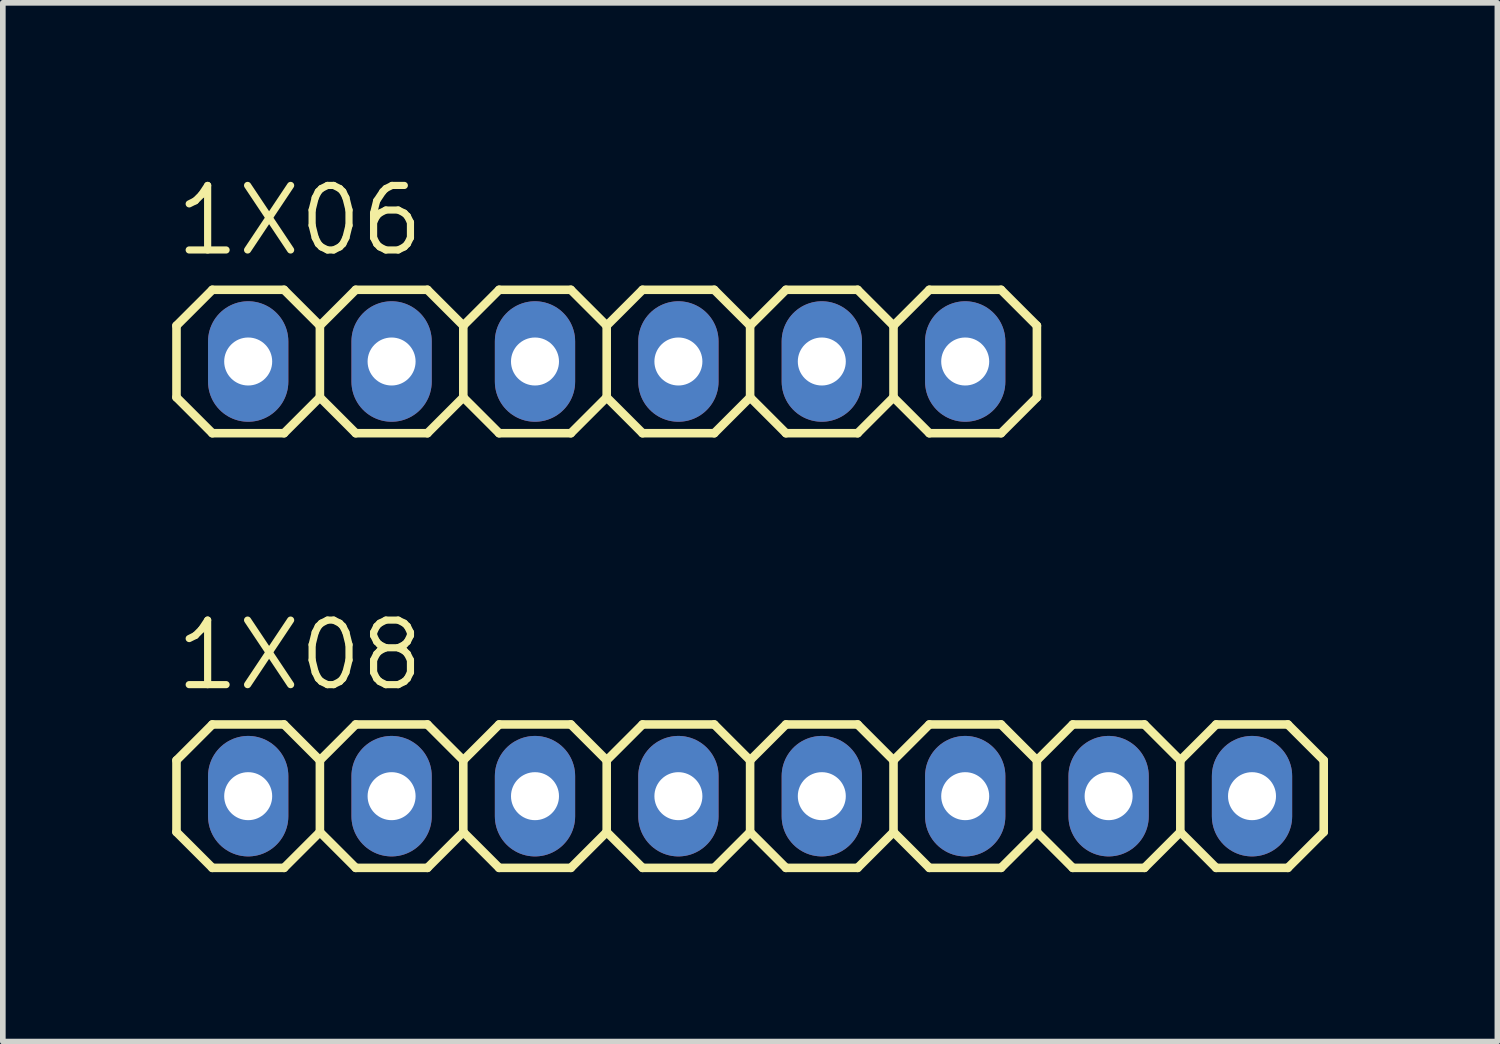
<source format=kicad_pcb>
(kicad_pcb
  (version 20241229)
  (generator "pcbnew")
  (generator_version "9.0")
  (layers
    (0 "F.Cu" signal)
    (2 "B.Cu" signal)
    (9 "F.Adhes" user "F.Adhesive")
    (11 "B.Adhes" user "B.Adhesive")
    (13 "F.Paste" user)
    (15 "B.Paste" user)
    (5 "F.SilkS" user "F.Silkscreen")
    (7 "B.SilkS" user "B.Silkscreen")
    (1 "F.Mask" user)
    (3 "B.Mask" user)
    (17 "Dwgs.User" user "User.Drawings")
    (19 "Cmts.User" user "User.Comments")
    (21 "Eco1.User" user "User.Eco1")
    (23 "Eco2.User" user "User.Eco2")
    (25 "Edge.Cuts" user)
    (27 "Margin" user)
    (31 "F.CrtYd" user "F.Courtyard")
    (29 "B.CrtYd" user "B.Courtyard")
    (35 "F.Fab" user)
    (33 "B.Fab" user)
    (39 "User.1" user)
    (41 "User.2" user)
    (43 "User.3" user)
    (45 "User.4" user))
  (footprint "1X08"
    (layer "F.Cu")
    (at 10.236 11.052)
    (property "Reference" "1X08" (at -10.236 -1.829 0) (layer "F.SilkS") (effects (font (size 1.143 1.143) (thickness 0.127)) (justify left bottom)))
    (fp_line (start -10.16 -0.635) (end -10.16 0.635) (stroke (width 0.152) (type solid)) (layer "F.SilkS"))
    (fp_line (start -10.16 0.635) (end -9.525 1.27) (stroke (width 0.152) (type solid)) (layer "F.SilkS"))
    (fp_line (start -9.525 -1.27) (end -10.16 -0.635) (stroke (width 0.152) (type solid)) (layer "F.SilkS"))
    (fp_line (start -9.525 -1.27) (end -8.255 -1.27) (stroke (width 0.152) (type solid)) (layer "F.SilkS"))
    (fp_line (start -8.255 -1.27) (end -7.62 -0.635) (stroke (width 0.152) (type solid)) (layer "F.SilkS"))
    (fp_line (start -8.255 1.27) (end -9.525 1.27) (stroke (width 0.152) (type solid)) (layer "F.SilkS"))
    (fp_line (start -7.62 -0.635) (end -7.62 0.635) (stroke (width 0.152) (type solid)) (layer "F.SilkS"))
    (fp_line (start -7.62 -0.635) (end -6.985 -1.27) (stroke (width 0.152) (type solid)) (layer "F.SilkS"))
    (fp_line (start -7.62 0.635) (end -8.255 1.27) (stroke (width 0.152) (type solid)) (layer "F.SilkS"))
    (fp_line (start -6.985 -1.27) (end -5.715 -1.27) (stroke (width 0.152) (type solid)) (layer "F.SilkS"))
    (fp_line (start -6.985 1.27) (end -7.62 0.635) (stroke (width 0.152) (type solid)) (layer "F.SilkS"))
    (fp_line (start -5.715 -1.27) (end -5.08 -0.635) (stroke (width 0.152) (type solid)) (layer "F.SilkS"))
    (fp_line (start -5.715 1.27) (end -6.985 1.27) (stroke (width 0.152) (type solid)) (layer "F.SilkS"))
    (fp_line (start -5.08 -0.635) (end -5.08 0.635) (stroke (width 0.152) (type solid)) (layer "F.SilkS"))
    (fp_line (start -5.08 -0.635) (end -4.445 -1.27) (stroke (width 0.152) (type solid)) (layer "F.SilkS"))
    (fp_line (start -5.08 0.635) (end -5.715 1.27) (stroke (width 0.152) (type solid)) (layer "F.SilkS"))
    (fp_line (start -4.445 -1.27) (end -3.175 -1.27) (stroke (width 0.152) (type solid)) (layer "F.SilkS"))
    (fp_line (start -4.445 1.27) (end -5.08 0.635) (stroke (width 0.152) (type solid)) (layer "F.SilkS"))
    (fp_line (start -3.175 -1.27) (end -2.54 -0.635) (stroke (width 0.152) (type solid)) (layer "F.SilkS"))
    (fp_line (start -3.175 1.27) (end -4.445 1.27) (stroke (width 0.152) (type solid)) (layer "F.SilkS"))
    (fp_line (start -2.54 -0.635) (end -2.54 0.635) (stroke (width 0.152) (type solid)) (layer "F.SilkS"))
    (fp_line (start -2.54 0.635) (end -3.175 1.27) (stroke (width 0.152) (type solid)) (layer "F.SilkS"))
    (fp_line (start -2.54 0.635) (end -1.905 1.27) (stroke (width 0.152) (type solid)) (layer "F.SilkS"))
    (fp_line (start -1.905 -1.27) (end -2.54 -0.635) (stroke (width 0.152) (type solid)) (layer "F.SilkS"))
    (fp_line (start -1.905 -1.27) (end -0.635 -1.27) (stroke (width 0.152) (type solid)) (layer "F.SilkS"))
    (fp_line (start -0.635 -1.27) (end 0 -0.635) (stroke (width 0.152) (type solid)) (layer "F.SilkS"))
    (fp_line (start -0.635 1.27) (end -1.905 1.27) (stroke (width 0.152) (type solid)) (layer "F.SilkS"))
    (fp_line (start 0 -0.635) (end 0 0.635) (stroke (width 0.152) (type solid)) (layer "F.SilkS"))
    (fp_line (start 0 -0.635) (end 0.635 -1.27) (stroke (width 0.152) (type solid)) (layer "F.SilkS"))
    (fp_line (start 0 0.635) (end -0.635 1.27) (stroke (width 0.152) (type solid)) (layer "F.SilkS"))
    (fp_line (start 0.635 -1.27) (end 1.905 -1.27) (stroke (width 0.152) (type solid)) (layer "F.SilkS"))
    (fp_line (start 0.635 1.27) (end 0 0.635) (stroke (width 0.152) (type solid)) (layer "F.SilkS"))
    (fp_line (start 1.905 -1.27) (end 2.54 -0.635) (stroke (width 0.152) (type solid)) (layer "F.SilkS"))
    (fp_line (start 1.905 1.27) (end 0.635 1.27) (stroke (width 0.152) (type solid)) (layer "F.SilkS"))
    (fp_line (start 2.54 -0.635) (end 2.54 0.635) (stroke (width 0.152) (type solid)) (layer "F.SilkS"))
    (fp_line (start 2.54 -0.635) (end 3.175 -1.27) (stroke (width 0.152) (type solid)) (layer "F.SilkS"))
    (fp_line (start 2.54 0.635) (end 1.905 1.27) (stroke (width 0.152) (type solid)) (layer "F.SilkS"))
    (fp_line (start 3.175 -1.27) (end 4.445 -1.27) (stroke (width 0.152) (type solid)) (layer "F.SilkS"))
    (fp_line (start 3.175 1.27) (end 2.54 0.635) (stroke (width 0.152) (type solid)) (layer "F.SilkS"))
    (fp_line (start 4.445 -1.27) (end 5.08 -0.635) (stroke (width 0.152) (type solid)) (layer "F.SilkS"))
    (fp_line (start 4.445 1.27) (end 3.175 1.27) (stroke (width 0.152) (type solid)) (layer "F.SilkS"))
    (fp_line (start 5.08 -0.635) (end 5.08 0.635) (stroke (width 0.152) (type solid)) (layer "F.SilkS"))
    (fp_line (start 5.08 0.635) (end 4.445 1.27) (stroke (width 0.152) (type solid)) (layer "F.SilkS"))
    (fp_line (start 5.08 0.635) (end 5.715 1.27) (stroke (width 0.152) (type solid)) (layer "F.SilkS"))
    (fp_line (start 5.715 -1.27) (end 5.08 -0.635) (stroke (width 0.152) (type solid)) (layer "F.SilkS"))
    (fp_line (start 5.715 -1.27) (end 6.985 -1.27) (stroke (width 0.152) (type solid)) (layer "F.SilkS"))
    (fp_line (start 6.985 -1.27) (end 7.62 -0.635) (stroke (width 0.152) (type solid)) (layer "F.SilkS"))
    (fp_line (start 6.985 1.27) (end 5.715 1.27) (stroke (width 0.152) (type solid)) (layer "F.SilkS"))
    (fp_line (start 7.62 -0.635) (end 7.62 0.635) (stroke (width 0.152) (type solid)) (layer "F.SilkS"))
    (fp_line (start 7.62 0.635) (end 6.985 1.27) (stroke (width 0.152) (type solid)) (layer "F.SilkS"))
    (fp_line (start 7.62 0.635) (end 8.255 1.27) (stroke (width 0.152) (type solid)) (layer "F.SilkS"))
    (fp_line (start 8.255 -1.27) (end 7.62 -0.635) (stroke (width 0.152) (type solid)) (layer "F.SilkS"))
    (fp_line (start 8.255 -1.27) (end 9.525 -1.27) (stroke (width 0.152) (type solid)) (layer "F.SilkS"))
    (fp_line (start 9.525 -1.27) (end 10.16 -0.635) (stroke (width 0.152) (type solid)) (layer "F.SilkS"))
    (fp_line (start 9.525 1.27) (end 8.255 1.27) (stroke (width 0.152) (type solid)) (layer "F.SilkS"))
    (fp_line (start 10.16 -0.635) (end 10.16 0.635) (stroke (width 0.152) (type solid)) (layer "F.SilkS"))
    (fp_line (start 10.16 0.635) (end 9.525 1.27) (stroke (width 0.152) (type solid)) (layer "F.SilkS"))
    (fp_poly (pts (xy -9.144 0.254) (xy -8.636 0.254) (xy -8.636 -0.254) (xy -9.144 -0.254)) (stroke (width 0.1) (type solid)) (fill no) (layer "F.Fab"))
    (fp_poly (pts (xy -6.604 0.254) (xy -6.096 0.254) (xy -6.096 -0.254) (xy -6.604 -0.254)) (stroke (width 0.1) (type solid)) (fill no) (layer "F.Fab"))
    (fp_poly (pts (xy -4.064 0.254) (xy -3.556 0.254) (xy -3.556 -0.254) (xy -4.064 -0.254)) (stroke (width 0.1) (type solid)) (fill no) (layer "F.Fab"))
    (fp_poly (pts (xy -1.524 0.254) (xy -1.016 0.254) (xy -1.016 -0.254) (xy -1.524 -0.254)) (stroke (width 0.1) (type solid)) (fill no) (layer "F.Fab"))
    (fp_poly (pts (xy 1.016 0.254) (xy 1.524 0.254) (xy 1.524 -0.254) (xy 1.016 -0.254)) (stroke (width 0.1) (type solid)) (fill no) (layer "F.Fab"))
    (fp_poly (pts (xy 3.556 0.254) (xy 4.064 0.254) (xy 4.064 -0.254) (xy 3.556 -0.254)) (stroke (width 0.1) (type solid)) (fill no) (layer "F.Fab"))
    (fp_poly (pts (xy 6.096 0.254) (xy 6.604 0.254) (xy 6.604 -0.254) (xy 6.096 -0.254)) (stroke (width 0.1) (type solid)) (fill no) (layer "F.Fab"))
    (fp_poly (pts (xy 8.636 0.254) (xy 9.144 0.254) (xy 9.144 -0.254) (xy 8.636 -0.254)) (stroke (width 0.1) (type solid)) (fill no) (layer "F.Fab"))
    (pad "1" thru_hole oval (at -8.89 0 90) (size 2.134 1.422) (drill 0.85) (layers "*.Cu" "*.Mask"))
    (pad "2" thru_hole oval (at -6.35 0 90) (size 2.134 1.422) (drill 0.85) (layers "*.Cu" "*.Mask"))
    (pad "3" thru_hole oval (at -3.81 0 90) (size 2.134 1.422) (drill 0.85) (layers "*.Cu" "*.Mask"))
    (pad "4" thru_hole oval (at -1.27 0 90) (size 2.134 1.422) (drill 0.85) (layers "*.Cu" "*.Mask"))
    (pad "5" thru_hole oval (at 1.27 0 90) (size 2.134 1.422) (drill 0.85) (layers "*.Cu" "*.Mask"))
    (pad "6" thru_hole oval (at 3.81 0 90) (size 2.134 1.422) (drill 0.85) (layers "*.Cu" "*.Mask"))
    (pad "7" thru_hole oval (at 6.35 0 90) (size 2.134 1.422) (drill 0.85) (layers "*.Cu" "*.Mask"))
    (pad "8" thru_hole oval (at 8.89 0 90) (size 2.134 1.422) (drill 0.85) (layers "*.Cu" "*.Mask")))
  (footprint "1X06"
    (layer "F.Cu")
    (at 7.696 3.353)
    (property "Reference" "1X06" (at -7.696 -1.829 0) (layer "F.SilkS") (effects (font (size 1.143 1.143) (thickness 0.127)) (justify left bottom)))
    (fp_line (start -7.62 -0.635) (end -7.62 0.635) (stroke (width 0.152) (type solid)) (layer "F.SilkS"))
    (fp_line (start -7.62 0.635) (end -6.985 1.27) (stroke (width 0.152) (type solid)) (layer "F.SilkS"))
    (fp_line (start -6.985 -1.27) (end -7.62 -0.635) (stroke (width 0.152) (type solid)) (layer "F.SilkS"))
    (fp_line (start -6.985 -1.27) (end -5.715 -1.27) (stroke (width 0.152) (type solid)) (layer "F.SilkS"))
    (fp_line (start -5.715 -1.27) (end -5.08 -0.635) (stroke (width 0.152) (type solid)) (layer "F.SilkS"))
    (fp_line (start -5.715 1.27) (end -6.985 1.27) (stroke (width 0.152) (type solid)) (layer "F.SilkS"))
    (fp_line (start -5.08 -0.635) (end -5.08 0.635) (stroke (width 0.152) (type solid)) (layer "F.SilkS"))
    (fp_line (start -5.08 -0.635) (end -4.445 -1.27) (stroke (width 0.152) (type solid)) (layer "F.SilkS"))
    (fp_line (start -5.08 0.635) (end -5.715 1.27) (stroke (width 0.152) (type solid)) (layer "F.SilkS"))
    (fp_line (start -4.445 -1.27) (end -3.175 -1.27) (stroke (width 0.152) (type solid)) (layer "F.SilkS"))
    (fp_line (start -4.445 1.27) (end -5.08 0.635) (stroke (width 0.152) (type solid)) (layer "F.SilkS"))
    (fp_line (start -3.175 -1.27) (end -2.54 -0.635) (stroke (width 0.152) (type solid)) (layer "F.SilkS"))
    (fp_line (start -3.175 1.27) (end -4.445 1.27) (stroke (width 0.152) (type solid)) (layer "F.SilkS"))
    (fp_line (start -2.54 -0.635) (end -2.54 0.635) (stroke (width 0.152) (type solid)) (layer "F.SilkS"))
    (fp_line (start -2.54 -0.635) (end -1.905 -1.27) (stroke (width 0.152) (type solid)) (layer "F.SilkS"))
    (fp_line (start -2.54 0.635) (end -3.175 1.27) (stroke (width 0.152) (type solid)) (layer "F.SilkS"))
    (fp_line (start -1.905 -1.27) (end -0.635 -1.27) (stroke (width 0.152) (type solid)) (layer "F.SilkS"))
    (fp_line (start -1.905 1.27) (end -2.54 0.635) (stroke (width 0.152) (type solid)) (layer "F.SilkS"))
    (fp_line (start -0.635 -1.27) (end 0 -0.635) (stroke (width 0.152) (type solid)) (layer "F.SilkS"))
    (fp_line (start -0.635 1.27) (end -1.905 1.27) (stroke (width 0.152) (type solid)) (layer "F.SilkS"))
    (fp_line (start 0 -0.635) (end 0 0.635) (stroke (width 0.152) (type solid)) (layer "F.SilkS"))
    (fp_line (start 0 0.635) (end -0.635 1.27) (stroke (width 0.152) (type solid)) (layer "F.SilkS"))
    (fp_line (start 0 0.635) (end 0.635 1.27) (stroke (width 0.152) (type solid)) (layer "F.SilkS"))
    (fp_line (start 0.635 -1.27) (end 0 -0.635) (stroke (width 0.152) (type solid)) (layer "F.SilkS"))
    (fp_line (start 0.635 -1.27) (end 1.905 -1.27) (stroke (width 0.152) (type solid)) (layer "F.SilkS"))
    (fp_line (start 1.905 -1.27) (end 2.54 -0.635) (stroke (width 0.152) (type solid)) (layer "F.SilkS"))
    (fp_line (start 1.905 1.27) (end 0.635 1.27) (stroke (width 0.152) (type solid)) (layer "F.SilkS"))
    (fp_line (start 2.54 -0.635) (end 2.54 0.635) (stroke (width 0.152) (type solid)) (layer "F.SilkS"))
    (fp_line (start 2.54 -0.635) (end 3.175 -1.27) (stroke (width 0.152) (type solid)) (layer "F.SilkS"))
    (fp_line (start 2.54 0.635) (end 1.905 1.27) (stroke (width 0.152) (type solid)) (layer "F.SilkS"))
    (fp_line (start 3.175 -1.27) (end 4.445 -1.27) (stroke (width 0.152) (type solid)) (layer "F.SilkS"))
    (fp_line (start 3.175 1.27) (end 2.54 0.635) (stroke (width 0.152) (type solid)) (layer "F.SilkS"))
    (fp_line (start 4.445 -1.27) (end 5.08 -0.635) (stroke (width 0.152) (type solid)) (layer "F.SilkS"))
    (fp_line (start 4.445 1.27) (end 3.175 1.27) (stroke (width 0.152) (type solid)) (layer "F.SilkS"))
    (fp_line (start 5.08 -0.635) (end 5.08 0.635) (stroke (width 0.152) (type solid)) (layer "F.SilkS"))
    (fp_line (start 5.08 0.635) (end 4.445 1.27) (stroke (width 0.152) (type solid)) (layer "F.SilkS"))
    (fp_line (start 5.08 0.635) (end 5.715 1.27) (stroke (width 0.152) (type solid)) (layer "F.SilkS"))
    (fp_line (start 5.715 -1.27) (end 5.08 -0.635) (stroke (width 0.152) (type solid)) (layer "F.SilkS"))
    (fp_line (start 5.715 -1.27) (end 6.985 -1.27) (stroke (width 0.152) (type solid)) (layer "F.SilkS"))
    (fp_line (start 6.985 -1.27) (end 7.62 -0.635) (stroke (width 0.152) (type solid)) (layer "F.SilkS"))
    (fp_line (start 6.985 1.27) (end 5.715 1.27) (stroke (width 0.152) (type solid)) (layer "F.SilkS"))
    (fp_line (start 7.62 -0.635) (end 7.62 0.635) (stroke (width 0.152) (type solid)) (layer "F.SilkS"))
    (fp_line (start 7.62 0.635) (end 6.985 1.27) (stroke (width 0.152) (type solid)) (layer "F.SilkS"))
    (fp_poly (pts (xy -6.604 0.254) (xy -6.096 0.254) (xy -6.096 -0.254) (xy -6.604 -0.254)) (stroke (width 0.1) (type solid)) (fill no) (layer "F.Fab"))
    (fp_poly (pts (xy -4.064 0.254) (xy -3.556 0.254) (xy -3.556 -0.254) (xy -4.064 -0.254)) (stroke (width 0.1) (type solid)) (fill no) (layer "F.Fab"))
    (fp_poly (pts (xy -1.524 0.254) (xy -1.016 0.254) (xy -1.016 -0.254) (xy -1.524 -0.254)) (stroke (width 0.1) (type solid)) (fill no) (layer "F.Fab"))
    (fp_poly (pts (xy 1.016 0.254) (xy 1.524 0.254) (xy 1.524 -0.254) (xy 1.016 -0.254)) (stroke (width 0.1) (type solid)) (fill no) (layer "F.Fab"))
    (fp_poly (pts (xy 3.556 0.254) (xy 4.064 0.254) (xy 4.064 -0.254) (xy 3.556 -0.254)) (stroke (width 0.1) (type solid)) (fill no) (layer "F.Fab"))
    (fp_poly (pts (xy 6.096 0.254) (xy 6.604 0.254) (xy 6.604 -0.254) (xy 6.096 -0.254)) (stroke (width 0.1) (type solid)) (fill no) (layer "F.Fab"))
    (pad "1" thru_hole oval (at -6.35 0 90) (size 2.134 1.422) (drill 0.85) (layers "*.Cu" "*.Mask"))
    (pad "2" thru_hole oval (at -3.81 0 90) (size 2.134 1.422) (drill 0.85) (layers "*.Cu" "*.Mask"))
    (pad "3" thru_hole oval (at -1.27 0 90) (size 2.134 1.422) (drill 0.85) (layers "*.Cu" "*.Mask"))
    (pad "4" thru_hole oval (at 1.27 0 90) (size 2.134 1.422) (drill 0.85) (layers "*.Cu" "*.Mask"))
    (pad "5" thru_hole oval (at 3.81 0 90) (size 2.134 1.422) (drill 0.85) (layers "*.Cu" "*.Mask"))
    (pad "6" thru_hole oval (at 6.35 0 90) (size 2.134 1.422) (drill 0.85) (layers "*.Cu" "*.Mask")))
  (gr_rect
    (start -3 -3)
    (end 23.472 15.398)
    (stroke (width 0.1) (type default))
    (fill no)
    (layer "Edge.Cuts")))
</source>
